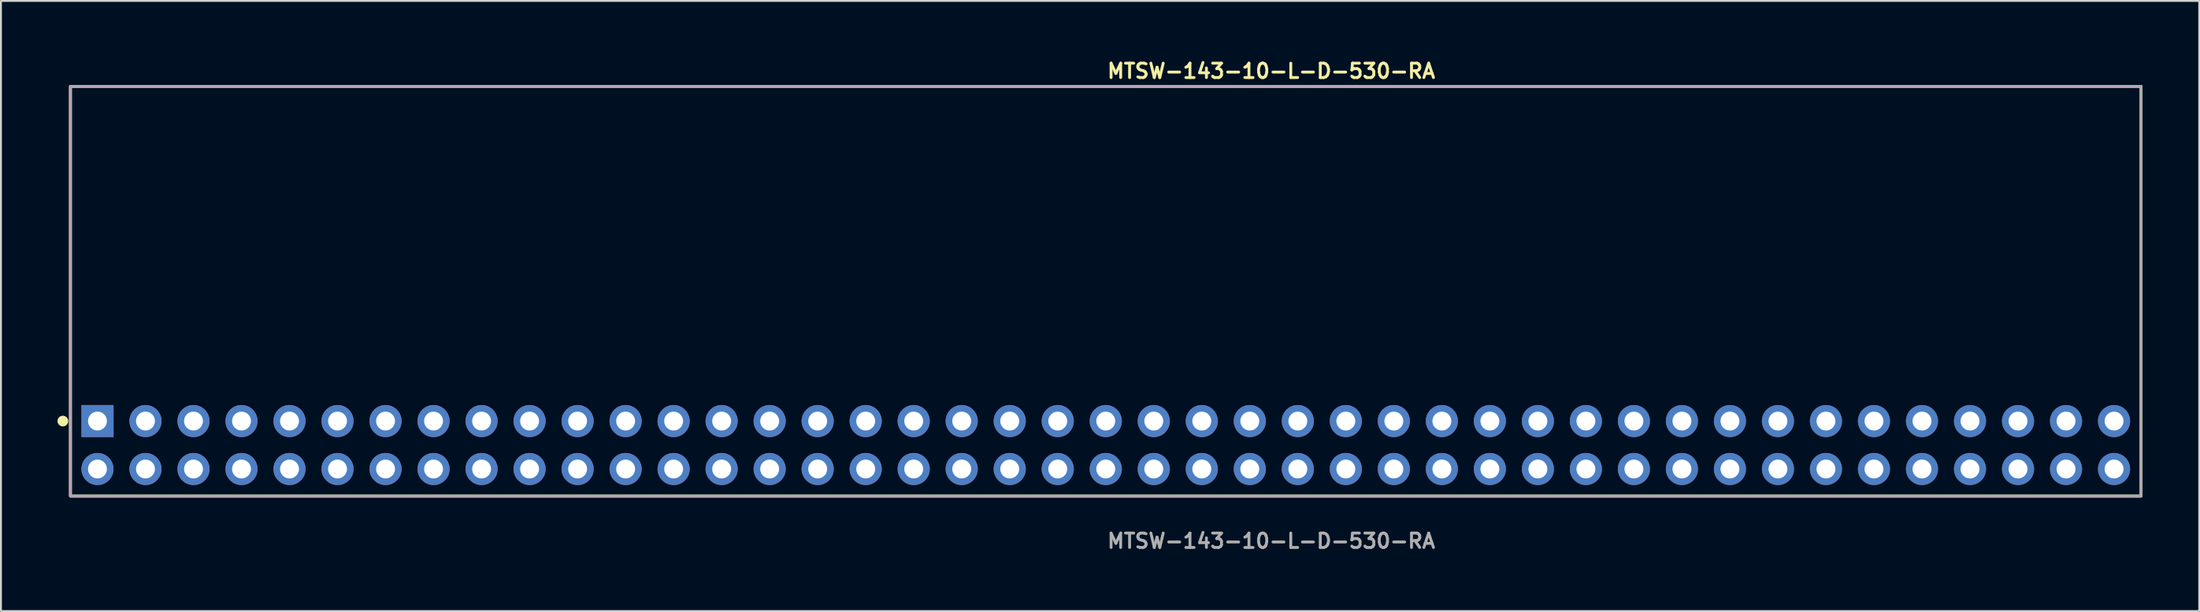
<source format=kicad_pcb>
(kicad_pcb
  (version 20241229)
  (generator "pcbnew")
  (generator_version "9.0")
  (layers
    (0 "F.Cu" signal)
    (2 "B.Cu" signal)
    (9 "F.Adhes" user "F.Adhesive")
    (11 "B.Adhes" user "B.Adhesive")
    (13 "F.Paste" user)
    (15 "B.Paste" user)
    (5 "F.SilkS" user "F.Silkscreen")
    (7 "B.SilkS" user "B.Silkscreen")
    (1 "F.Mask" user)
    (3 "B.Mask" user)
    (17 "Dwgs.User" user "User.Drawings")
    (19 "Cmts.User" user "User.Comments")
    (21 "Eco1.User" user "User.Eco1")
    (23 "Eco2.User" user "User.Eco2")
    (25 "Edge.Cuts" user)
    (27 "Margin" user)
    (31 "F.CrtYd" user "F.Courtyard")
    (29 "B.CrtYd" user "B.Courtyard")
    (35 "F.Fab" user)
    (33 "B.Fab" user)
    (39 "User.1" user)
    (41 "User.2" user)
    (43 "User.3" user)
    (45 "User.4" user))
  (footprint "MTSW-143-10-L-D-530-RA"
    (layer "F.Cu")
    (at 55.446 20.525)
    (property "Reference" "MTSW-143-10-L-D-530-RA" (at 0 -19.812 0) (unlocked yes) (layer "F.SilkS") (effects (font (size 0.762 0.762) (thickness 0.152)) (justify left)))
    (fp_rect (start -54.77 2.7) (end 54.77 -19) (stroke (width 0.152) (type solid)) (fill no) (layer "F.SilkS"))
    (fp_circle (center -55.17 -1.27) (end -55.37 -1.27) (stroke (width 0.152) (type solid)) (fill yes) (layer "F.SilkS"))
    (fp_circle (center -55.17 -1.27) (end -55.37 -1.27) (stroke (width 0.152) (type solid)) (fill yes) (layer "F.SilkS"))
    (fp_rect (start -54.77 2.7) (end 54.77 -19) (stroke (width 0.006) (type solid)) (fill no) (layer "F.CrtYd"))
    (fp_rect (start -54.77 2.7) (end 54.77 -19) (stroke (width 0.152) (type solid)) (fill no) (layer "F.Fab"))
    (fp_text user "${REFERENCE}" (at 0 5.08 0) (unlocked yes) (layer "F.Fab") (effects (font (size 0.762 0.762) (thickness 0.152)) (justify left)))
    (pad "1" thru_hole rect (at -53.34 -1.27) (size 1.7 1.7) (drill 1) (layers "*.Cu" "*.Mask"))
    (pad "2" thru_hole circle (at -53.34 1.27) (size 1.7 1.7) (drill 1) (layers "*.Cu" "*.Mask"))
    (pad "3" thru_hole circle (at -50.8 -1.27) (size 1.7 1.7) (drill 1) (layers "*.Cu" "*.Mask"))
    (pad "4" thru_hole circle (at -50.8 1.27) (size 1.7 1.7) (drill 1) (layers "*.Cu" "*.Mask"))
    (pad "5" thru_hole circle (at -48.26 -1.27) (size 1.7 1.7) (drill 1) (layers "*.Cu" "*.Mask"))
    (pad "6" thru_hole circle (at -48.26 1.27) (size 1.7 1.7) (drill 1) (layers "*.Cu" "*.Mask"))
    (pad "7" thru_hole circle (at -45.72 -1.27) (size 1.7 1.7) (drill 1) (layers "*.Cu" "*.Mask"))
    (pad "8" thru_hole circle (at -45.72 1.27) (size 1.7 1.7) (drill 1) (layers "*.Cu" "*.Mask"))
    (pad "9" thru_hole circle (at -43.18 -1.27) (size 1.7 1.7) (drill 1) (layers "*.Cu" "*.Mask"))
    (pad "10" thru_hole circle (at -43.18 1.27) (size 1.7 1.7) (drill 1) (layers "*.Cu" "*.Mask"))
    (pad "11" thru_hole circle (at -40.64 -1.27) (size 1.7 1.7) (drill 1) (layers "*.Cu" "*.Mask"))
    (pad "12" thru_hole circle (at -40.64 1.27) (size 1.7 1.7) (drill 1) (layers "*.Cu" "*.Mask"))
    (pad "13" thru_hole circle (at -38.1 -1.27) (size 1.7 1.7) (drill 1) (layers "*.Cu" "*.Mask"))
    (pad "14" thru_hole circle (at -38.1 1.27) (size 1.7 1.7) (drill 1) (layers "*.Cu" "*.Mask"))
    (pad "15" thru_hole circle (at -35.56 -1.27) (size 1.7 1.7) (drill 1) (layers "*.Cu" "*.Mask"))
    (pad "16" thru_hole circle (at -35.56 1.27) (size 1.7 1.7) (drill 1) (layers "*.Cu" "*.Mask"))
    (pad "17" thru_hole circle (at -33.02 -1.27) (size 1.7 1.7) (drill 1) (layers "*.Cu" "*.Mask"))
    (pad "18" thru_hole circle (at -33.02 1.27) (size 1.7 1.7) (drill 1) (layers "*.Cu" "*.Mask"))
    (pad "19" thru_hole circle (at -30.48 -1.27) (size 1.7 1.7) (drill 1) (layers "*.Cu" "*.Mask"))
    (pad "20" thru_hole circle (at -30.48 1.27) (size 1.7 1.7) (drill 1) (layers "*.Cu" "*.Mask"))
    (pad "21" thru_hole circle (at -27.94 -1.27) (size 1.7 1.7) (drill 1) (layers "*.Cu" "*.Mask"))
    (pad "22" thru_hole circle (at -27.94 1.27) (size 1.7 1.7) (drill 1) (layers "*.Cu" "*.Mask"))
    (pad "23" thru_hole circle (at -25.4 -1.27) (size 1.7 1.7) (drill 1) (layers "*.Cu" "*.Mask"))
    (pad "24" thru_hole circle (at -25.4 1.27) (size 1.7 1.7) (drill 1) (layers "*.Cu" "*.Mask"))
    (pad "25" thru_hole circle (at -22.86 -1.27) (size 1.7 1.7) (drill 1) (layers "*.Cu" "*.Mask"))
    (pad "26" thru_hole circle (at -22.86 1.27) (size 1.7 1.7) (drill 1) (layers "*.Cu" "*.Mask"))
    (pad "27" thru_hole circle (at -20.32 -1.27) (size 1.7 1.7) (drill 1) (layers "*.Cu" "*.Mask"))
    (pad "28" thru_hole circle (at -20.32 1.27) (size 1.7 1.7) (drill 1) (layers "*.Cu" "*.Mask"))
    (pad "29" thru_hole circle (at -17.78 -1.27) (size 1.7 1.7) (drill 1) (layers "*.Cu" "*.Mask"))
    (pad "30" thru_hole circle (at -17.78 1.27) (size 1.7 1.7) (drill 1) (layers "*.Cu" "*.Mask"))
    (pad "31" thru_hole circle (at -15.24 -1.27) (size 1.7 1.7) (drill 1) (layers "*.Cu" "*.Mask"))
    (pad "32" thru_hole circle (at -15.24 1.27) (size 1.7 1.7) (drill 1) (layers "*.Cu" "*.Mask"))
    (pad "33" thru_hole circle (at -12.7 -1.27) (size 1.7 1.7) (drill 1) (layers "*.Cu" "*.Mask"))
    (pad "34" thru_hole circle (at -12.7 1.27) (size 1.7 1.7) (drill 1) (layers "*.Cu" "*.Mask"))
    (pad "35" thru_hole circle (at -10.16 -1.27) (size 1.7 1.7) (drill 1) (layers "*.Cu" "*.Mask"))
    (pad "36" thru_hole circle (at -10.16 1.27) (size 1.7 1.7) (drill 1) (layers "*.Cu" "*.Mask"))
    (pad "37" thru_hole circle (at -7.62 -1.27) (size 1.7 1.7) (drill 1) (layers "*.Cu" "*.Mask"))
    (pad "38" thru_hole circle (at -7.62 1.27) (size 1.7 1.7) (drill 1) (layers "*.Cu" "*.Mask"))
    (pad "39" thru_hole circle (at -5.08 -1.27) (size 1.7 1.7) (drill 1) (layers "*.Cu" "*.Mask"))
    (pad "40" thru_hole circle (at -5.08 1.27) (size 1.7 1.7) (drill 1) (layers "*.Cu" "*.Mask"))
    (pad "41" thru_hole circle (at -2.54 -1.27) (size 1.7 1.7) (drill 1) (layers "*.Cu" "*.Mask"))
    (pad "42" thru_hole circle (at -2.54 1.27) (size 1.7 1.7) (drill 1) (layers "*.Cu" "*.Mask"))
    (pad "43" thru_hole circle (at 0 -1.27) (size 1.7 1.7) (drill 1) (layers "*.Cu" "*.Mask"))
    (pad "44" thru_hole circle (at 0 1.27) (size 1.7 1.7) (drill 1) (layers "*.Cu" "*.Mask"))
    (pad "45" thru_hole circle (at 2.54 -1.27) (size 1.7 1.7) (drill 1) (layers "*.Cu" "*.Mask"))
    (pad "46" thru_hole circle (at 2.54 1.27) (size 1.7 1.7) (drill 1) (layers "*.Cu" "*.Mask"))
    (pad "47" thru_hole circle (at 5.08 -1.27) (size 1.7 1.7) (drill 1) (layers "*.Cu" "*.Mask"))
    (pad "48" thru_hole circle (at 5.08 1.27) (size 1.7 1.7) (drill 1) (layers "*.Cu" "*.Mask"))
    (pad "49" thru_hole circle (at 7.62 -1.27) (size 1.7 1.7) (drill 1) (layers "*.Cu" "*.Mask"))
    (pad "50" thru_hole circle (at 7.62 1.27) (size 1.7 1.7) (drill 1) (layers "*.Cu" "*.Mask"))
    (pad "51" thru_hole circle (at 10.16 -1.27) (size 1.7 1.7) (drill 1) (layers "*.Cu" "*.Mask"))
    (pad "52" thru_hole circle (at 10.16 1.27) (size 1.7 1.7) (drill 1) (layers "*.Cu" "*.Mask"))
    (pad "53" thru_hole circle (at 12.7 -1.27) (size 1.7 1.7) (drill 1) (layers "*.Cu" "*.Mask"))
    (pad "54" thru_hole circle (at 12.7 1.27) (size 1.7 1.7) (drill 1) (layers "*.Cu" "*.Mask"))
    (pad "55" thru_hole circle (at 15.24 -1.27) (size 1.7 1.7) (drill 1) (layers "*.Cu" "*.Mask"))
    (pad "56" thru_hole circle (at 15.24 1.27) (size 1.7 1.7) (drill 1) (layers "*.Cu" "*.Mask"))
    (pad "57" thru_hole circle (at 17.78 -1.27) (size 1.7 1.7) (drill 1) (layers "*.Cu" "*.Mask"))
    (pad "58" thru_hole circle (at 17.78 1.27) (size 1.7 1.7) (drill 1) (layers "*.Cu" "*.Mask"))
    (pad "59" thru_hole circle (at 20.32 -1.27) (size 1.7 1.7) (drill 1) (layers "*.Cu" "*.Mask"))
    (pad "60" thru_hole circle (at 20.32 1.27) (size 1.7 1.7) (drill 1) (layers "*.Cu" "*.Mask"))
    (pad "61" thru_hole circle (at 22.86 -1.27) (size 1.7 1.7) (drill 1) (layers "*.Cu" "*.Mask"))
    (pad "62" thru_hole circle (at 22.86 1.27) (size 1.7 1.7) (drill 1) (layers "*.Cu" "*.Mask"))
    (pad "63" thru_hole circle (at 25.4 -1.27) (size 1.7 1.7) (drill 1) (layers "*.Cu" "*.Mask"))
    (pad "64" thru_hole circle (at 25.4 1.27) (size 1.7 1.7) (drill 1) (layers "*.Cu" "*.Mask"))
    (pad "65" thru_hole circle (at 27.94 -1.27) (size 1.7 1.7) (drill 1) (layers "*.Cu" "*.Mask"))
    (pad "66" thru_hole circle (at 27.94 1.27) (size 1.7 1.7) (drill 1) (layers "*.Cu" "*.Mask"))
    (pad "67" thru_hole circle (at 30.48 -1.27) (size 1.7 1.7) (drill 1) (layers "*.Cu" "*.Mask"))
    (pad "68" thru_hole circle (at 30.48 1.27) (size 1.7 1.7) (drill 1) (layers "*.Cu" "*.Mask"))
    (pad "69" thru_hole circle (at 33.02 -1.27) (size 1.7 1.7) (drill 1) (layers "*.Cu" "*.Mask"))
    (pad "70" thru_hole circle (at 33.02 1.27) (size 1.7 1.7) (drill 1) (layers "*.Cu" "*.Mask"))
    (pad "71" thru_hole circle (at 35.56 -1.27) (size 1.7 1.7) (drill 1) (layers "*.Cu" "*.Mask"))
    (pad "72" thru_hole circle (at 35.56 1.27) (size 1.7 1.7) (drill 1) (layers "*.Cu" "*.Mask"))
    (pad "73" thru_hole circle (at 38.1 -1.27) (size 1.7 1.7) (drill 1) (layers "*.Cu" "*.Mask"))
    (pad "74" thru_hole circle (at 38.1 1.27) (size 1.7 1.7) (drill 1) (layers "*.Cu" "*.Mask"))
    (pad "75" thru_hole circle (at 40.64 -1.27) (size 1.7 1.7) (drill 1) (layers "*.Cu" "*.Mask"))
    (pad "76" thru_hole circle (at 40.64 1.27) (size 1.7 1.7) (drill 1) (layers "*.Cu" "*.Mask"))
    (pad "77" thru_hole circle (at 43.18 -1.27) (size 1.7 1.7) (drill 1) (layers "*.Cu" "*.Mask"))
    (pad "78" thru_hole circle (at 43.18 1.27) (size 1.7 1.7) (drill 1) (layers "*.Cu" "*.Mask"))
    (pad "79" thru_hole circle (at 45.72 -1.27) (size 1.7 1.7) (drill 1) (layers "*.Cu" "*.Mask"))
    (pad "80" thru_hole circle (at 45.72 1.27) (size 1.7 1.7) (drill 1) (layers "*.Cu" "*.Mask"))
    (pad "81" thru_hole circle (at 48.26 -1.27) (size 1.7 1.7) (drill 1) (layers "*.Cu" "*.Mask"))
    (pad "82" thru_hole circle (at 48.26 1.27) (size 1.7 1.7) (drill 1) (layers "*.Cu" "*.Mask"))
    (pad "83" thru_hole circle (at 50.8 -1.27) (size 1.7 1.7) (drill 1) (layers "*.Cu" "*.Mask"))
    (pad "84" thru_hole circle (at 50.8 1.27) (size 1.7 1.7) (drill 1) (layers "*.Cu" "*.Mask"))
    (pad "85" thru_hole circle (at 53.34 -1.27) (size 1.7 1.7) (drill 1) (layers "*.Cu" "*.Mask"))
    (pad "86" thru_hole circle (at 53.34 1.27) (size 1.7 1.7) (drill 1) (layers "*.Cu" "*.Mask")))
  (gr_rect
    (start -3 -3)
    (end 113.292 29.318)
    (stroke (width 0.1) (type default))
    (fill no)
    (layer "Edge.Cuts")))
</source>
